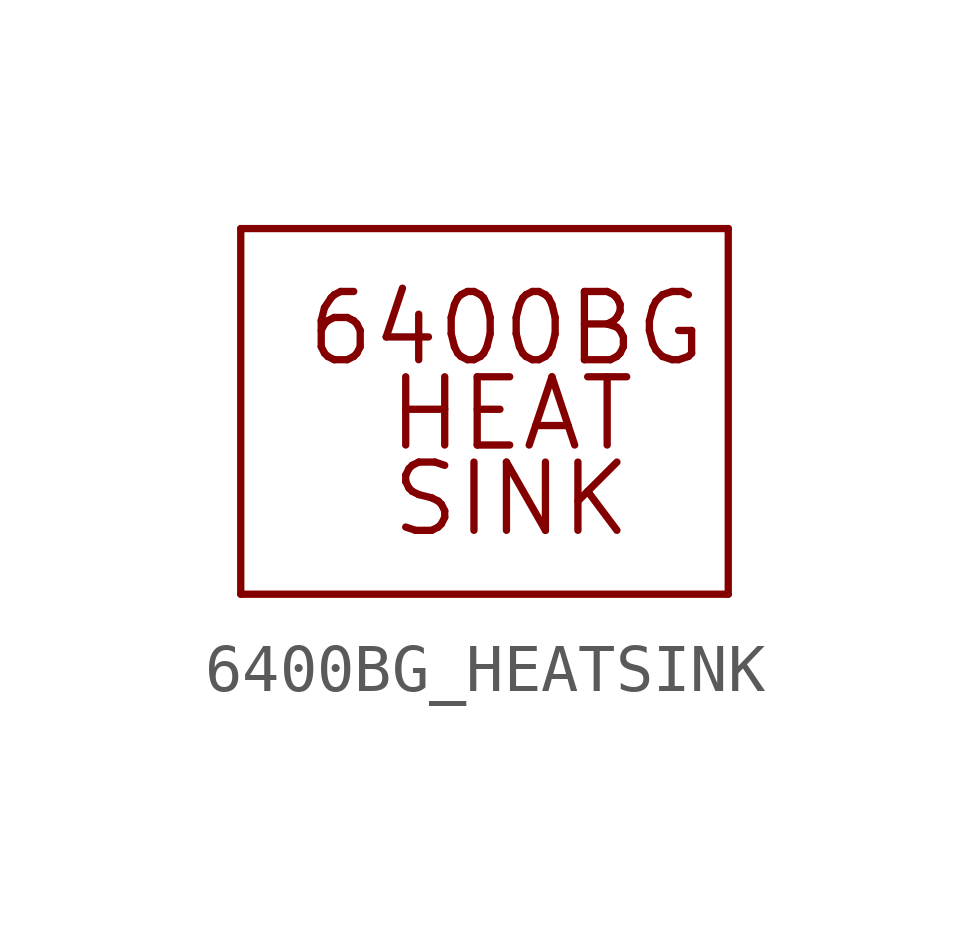
<source format=kicad_sym>
(kicad_symbol_lib
  (version 20220914)
  (generator kicad_symbol_editor)
  (symbol "6400BG_HEATSINK"
    (pin_numbers hide)
    (pin_names
      (offset 1.016) hide)
    (property "Reference" "M"
      (at 0 0 0)
      (effects (font (size 1.27 1.27)) hide))
    (property "ki_locked" ""
      (at 0 0 0)
      (effects (font (size 1.27 1.27))))
    (symbol "6400BG_HEATSINK_1_0"
      (polyline (pts (xy -5.08 -2.54) (xy 5.08 -2.54)) (stroke (width 0) (type solid)) (fill (type none)))
      (polyline (pts (xy -5.08 5.08) (xy -5.08 -2.54)) (stroke (width 0) (type solid)) (fill (type none)))
      (polyline (pts (xy 5.08 -2.54) (xy 5.08 5.08)) (stroke (width 0) (type solid)) (fill (type none)))
      (polyline (pts (xy 5.08 5.08) (xy -5.08 5.08)) (stroke (width 0) (type solid)) (fill (type none)))
      (text "6400BG" (at 0.457 2.997 0) (effects (font (size 1.422 1.422))))
      (text "HEAT" (at 0.559 1.219 0) (effects (font (size 1.422 1.422))))
      (text "SINK" (at 0.559 -0.559 0) (effects (font (size 1.422 1.422)))))))
</source>
